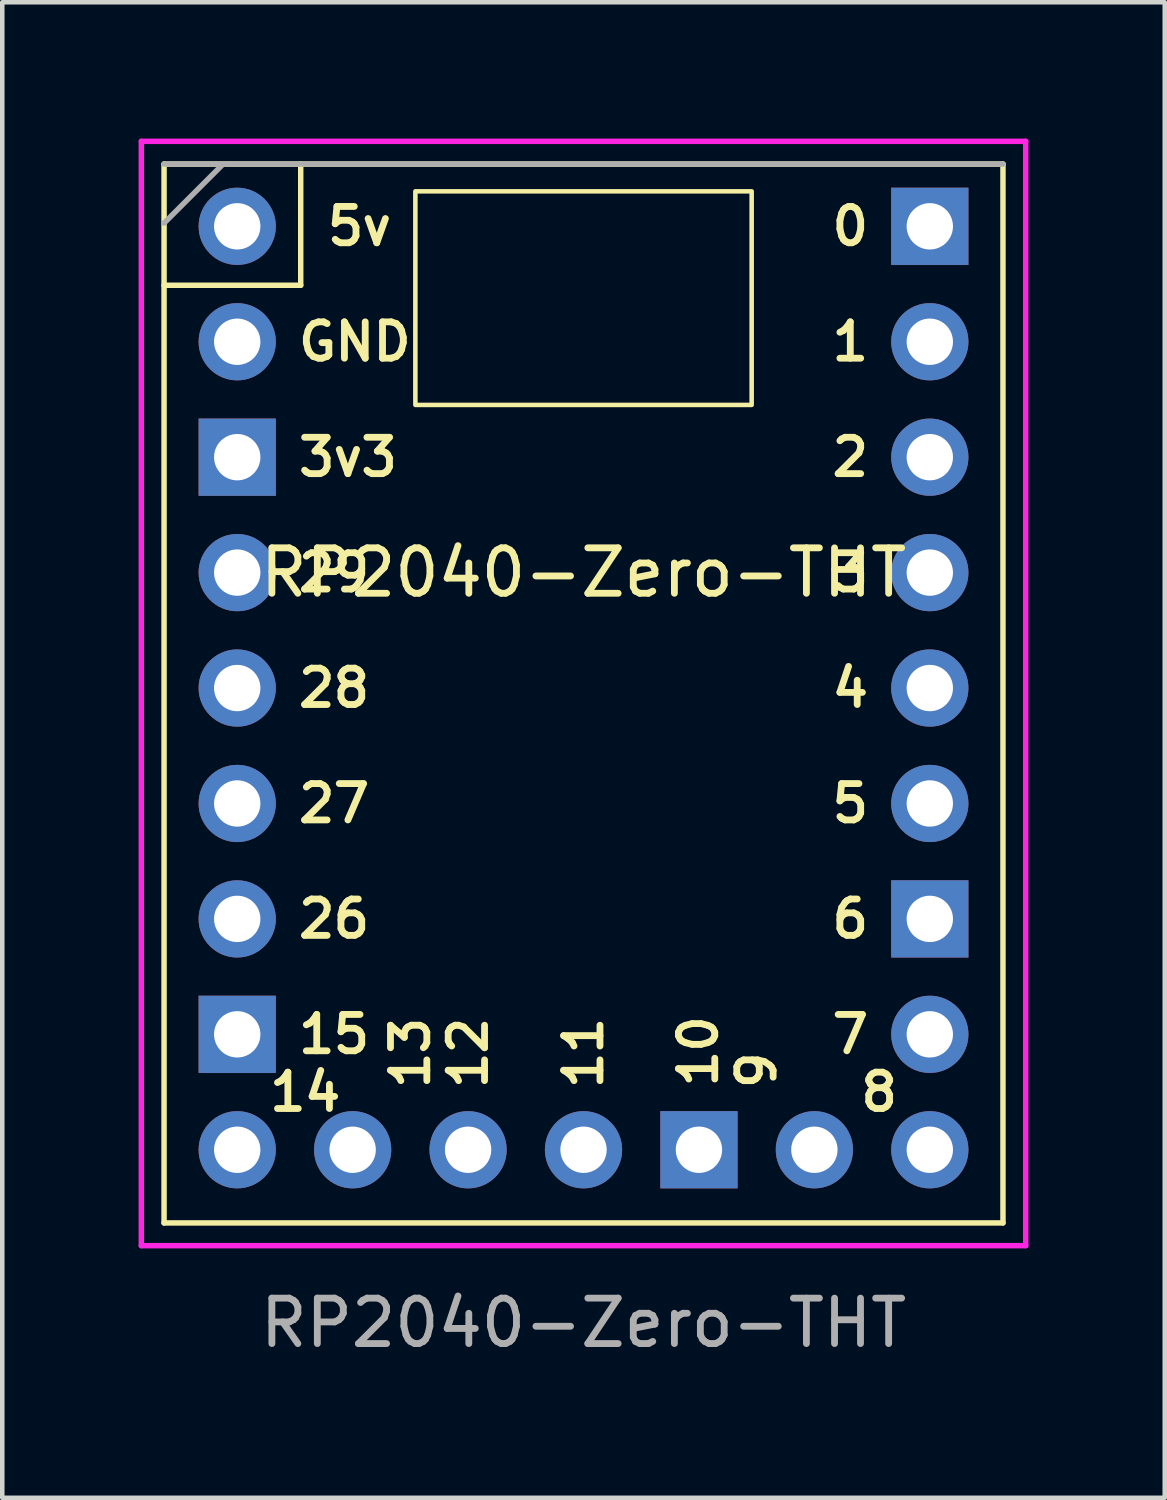
<source format=kicad_pcb>
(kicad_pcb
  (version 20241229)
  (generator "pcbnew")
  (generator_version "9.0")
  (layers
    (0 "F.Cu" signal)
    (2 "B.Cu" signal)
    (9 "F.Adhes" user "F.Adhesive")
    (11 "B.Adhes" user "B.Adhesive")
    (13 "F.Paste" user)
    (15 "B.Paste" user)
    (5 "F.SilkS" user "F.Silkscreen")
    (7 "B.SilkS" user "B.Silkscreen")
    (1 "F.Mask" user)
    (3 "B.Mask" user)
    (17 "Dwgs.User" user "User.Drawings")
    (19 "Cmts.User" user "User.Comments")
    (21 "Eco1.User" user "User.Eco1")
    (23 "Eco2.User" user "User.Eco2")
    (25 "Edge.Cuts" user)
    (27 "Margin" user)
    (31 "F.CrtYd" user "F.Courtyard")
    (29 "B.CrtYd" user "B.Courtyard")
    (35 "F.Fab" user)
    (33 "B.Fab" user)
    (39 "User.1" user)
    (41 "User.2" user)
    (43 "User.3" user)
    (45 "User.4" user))
  (footprint "RP2040-Zero-THT"
    (layer "F.Cu")
    (at 9.79 26.06)
    (property "Reference" "RP2040-Zero-THT" (at 0 -16.51 0) (layer "F.SilkS") (effects (font (size 1 1) (thickness 0.15))))
    (attr through_hole)
    (fp_line (start -9.23 -25.5) (end -9.23 -2.2) (stroke (width 0.12) (type solid)) (layer "F.SilkS"))
    (fp_line (start -9.23 -25.5) (end 9.23 -25.5) (stroke (width 0.12) (type solid)) (layer "F.SilkS"))
    (fp_line (start -9.23 -22.833) (end -6.223 -22.833) (stroke (width 0.12) (type solid)) (layer "F.SilkS"))
    (fp_line (start -6.223 -22.833) (end -6.223 -25.5) (stroke (width 0.12) (type solid)) (layer "F.SilkS"))
    (fp_line (start 9.23 -25.5) (end 9.23 -2.2) (stroke (width 0.12) (type solid)) (layer "F.SilkS"))
    (fp_line (start 9.23 -2.2) (end -9.23 -2.2) (stroke (width 0.12) (type solid)) (layer "F.SilkS"))
    (fp_poly (pts (xy 3.7 -20.2) (xy -3.7 -20.2) (xy -3.7 -24.9) (xy 3.7 -24.9)) (stroke (width 0.1) (type solid)) (fill no) (layer "F.SilkS"))
    (fp_line (start -9.73 -26) (end 9.73 -26) (stroke (width 0.12) (type solid)) (layer "F.CrtYd"))
    (fp_line (start -9.73 -1.7) (end -9.73 -26) (stroke (width 0.12) (type solid)) (layer "F.CrtYd"))
    (fp_line (start 9.73 -26) (end 9.73 -1.7) (stroke (width 0.12) (type solid)) (layer "F.CrtYd"))
    (fp_line (start 9.73 -1.7) (end -9.73 -1.7) (stroke (width 0.12) (type solid)) (layer "F.CrtYd"))
    (fp_line (start -9.23 -25.5) (end 9.23 -25.5) (stroke (width 0.12) (type solid)) (layer "F.Fab"))
    (fp_line (start -9.23 -24.2) (end -7.93 -25.5) (stroke (width 0.12) (type solid)) (layer "F.Fab"))
    (fp_text user "5v" (at -5.715 -24.13 0) (layer "F.SilkS") (effects (font (size 0.8 0.8) (thickness 0.15)) (justify left)))
    (fp_text user "9" (at 3.81 -5.08 90) (layer "F.SilkS") (effects (font (size 0.8 0.8) (thickness 0.15)) (justify left)))
    (fp_text user "5" (at 6.35 -11.43 0) (layer "F.SilkS") (effects (font (size 0.8 0.8) (thickness 0.15)) (justify right)))
    (fp_text user "11" (at 0 -5.08 90) (layer "F.SilkS") (effects (font (size 0.8 0.8) (thickness 0.15)) (justify left)))
    (fp_text user "3" (at 6.35 -16.51 0) (layer "F.SilkS") (effects (font (size 0.8 0.8) (thickness 0.15)) (justify right)))
    (fp_text user "15" (at -6.35 -6.35 0) (layer "F.SilkS") (effects (font (size 0.8 0.8) (thickness 0.15)) (justify left)))
    (fp_text user "12" (at -2.54 -5.08 90) (layer "F.SilkS") (effects (font (size 0.8 0.8) (thickness 0.15)) (justify left)))
    (fp_text user "27" (at -6.35 -11.43 0) (layer "F.SilkS") (effects (font (size 0.8 0.8) (thickness 0.15)) (justify left)))
    (fp_text user "3v3" (at -6.35 -19.05 0) (layer "F.SilkS") (effects (font (size 0.8 0.8) (thickness 0.15)) (justify left)))
    (fp_text user "4" (at 6.35 -13.97 0) (layer "F.SilkS") (effects (font (size 0.8 0.8) (thickness 0.15)) (justify right)))
    (fp_text user "14" (at -6.985 -5.08 0) (layer "F.SilkS") (effects (font (size 0.8 0.8) (thickness 0.15)) (justify left)))
    (fp_text user "26" (at -6.35 -8.89 0) (layer "F.SilkS") (effects (font (size 0.8 0.8) (thickness 0.15)) (justify left)))
    (fp_text user "13" (at -3.81 -5.08 90) (layer "F.SilkS") (effects (font (size 0.8 0.8) (thickness 0.15)) (justify left)))
    (fp_text user "29" (at -6.35 -16.51 0) (layer "F.SilkS") (effects (font (size 0.8 0.8) (thickness 0.15)) (justify left)))
    (fp_text user "2" (at 6.35 -19.05 0) (layer "F.SilkS") (effects (font (size 0.8 0.8) (thickness 0.15)) (justify right)))
    (fp_text user "7" (at 6.35 -6.35 0) (layer "F.SilkS") (effects (font (size 0.8 0.8) (thickness 0.15)) (justify right)))
    (fp_text user "6" (at 6.35 -8.89 0) (layer "F.SilkS") (effects (font (size 0.8 0.8) (thickness 0.15)) (justify right)))
    (fp_text user "0" (at 6.35 -24.13 0) (layer "F.SilkS") (effects (font (size 0.8 0.8) (thickness 0.15)) (justify right)))
    (fp_text user "10" (at 2.526 -5.116 90) (layer "F.SilkS") (effects (font (size 0.8 0.8) (thickness 0.15)) (justify left)))
    (fp_text user "28" (at -6.35 -13.97 0) (layer "F.SilkS") (effects (font (size 0.8 0.8) (thickness 0.15)) (justify left)))
    (fp_text user "1" (at 6.35 -21.59 0) (layer "F.SilkS") (effects (font (size 0.8 0.8) (thickness 0.15)) (justify right)))
    (fp_text user "8" (at 6.985 -5.08 0) (layer "F.SilkS") (effects (font (size 0.8 0.8) (thickness 0.15)) (justify right)))
    (fp_text user "GND" (at -6.35 -21.59 0) (layer "F.SilkS") (effects (font (size 0.8 0.8) (thickness 0.15)) (justify left)))
    (fp_text user "${REFERENCE}" (at 0 0 180) (layer "F.Fab") (effects (font (size 1 1) (thickness 0.15))))
    (pad "1" thru_hole oval (at -7.62 -24.13) (size 1.7 1.7) (drill 1.02) (layers "*.Cu" "*.Mask"))
    (pad "2" thru_hole oval (at -7.62 -21.59) (size 1.7 1.7) (drill 1.02) (layers "*.Cu" "*.Mask"))
    (pad "3" thru_hole rect (at -7.62 -19.05) (size 1.7 1.7) (drill 1.02) (layers "*.Cu" "*.Mask"))
    (pad "4" thru_hole oval (at -7.62 -16.51) (size 1.7 1.7) (drill 1.02) (layers "*.Cu" "*.Mask"))
    (pad "5" thru_hole oval (at -7.62 -13.97) (size 1.7 1.7) (drill 1.02) (layers "*.Cu" "*.Mask"))
    (pad "6" thru_hole oval (at -7.62 -11.43) (size 1.7 1.7) (drill 1.02) (layers "*.Cu" "*.Mask"))
    (pad "7" thru_hole oval (at -7.62 -8.89) (size 1.7 1.7) (drill 1.02) (layers "*.Cu" "*.Mask"))
    (pad "8" thru_hole rect (at -7.62 -6.35) (size 1.7 1.7) (drill 1.02) (layers "*.Cu" "*.Mask"))
    (pad "9" thru_hole oval (at -7.62 -3.81) (size 1.7 1.7) (drill 1.02) (layers "*.Cu" "*.Mask"))
    (pad "10" thru_hole oval (at -5.08 -3.81 90) (size 1.7 1.7) (drill 1.02) (layers "*.Cu" "*.Mask"))
    (pad "11" thru_hole oval (at -2.54 -3.81 90) (size 1.7 1.7) (drill 1.02) (layers "*.Cu" "*.Mask"))
    (pad "12" thru_hole oval (at 0 -3.81 90) (size 1.7 1.7) (drill 1.02) (layers "*.Cu" "*.Mask"))
    (pad "13" thru_hole rect (at 2.54 -3.81 90) (size 1.7 1.7) (drill 1.02) (layers "*.Cu" "*.Mask"))
    (pad "14" thru_hole oval (at 5.08 -3.81 90) (size 1.7 1.7) (drill 1.02) (layers "*.Cu" "*.Mask"))
    (pad "15" thru_hole oval (at 7.62 -3.81) (size 1.7 1.7) (drill 1.02) (layers "*.Cu" "*.Mask"))
    (pad "16" thru_hole oval (at 7.62 -6.35) (size 1.7 1.7) (drill 1.02) (layers "*.Cu" "*.Mask"))
    (pad "17" thru_hole rect (at 7.62 -8.89) (size 1.7 1.7) (drill 1.02) (layers "*.Cu" "*.Mask"))
    (pad "18" thru_hole oval (at 7.62 -11.43) (size 1.7 1.7) (drill 1.02) (layers "*.Cu" "*.Mask"))
    (pad "19" thru_hole oval (at 7.62 -13.97) (size 1.7 1.7) (drill 1.02) (layers "*.Cu" "*.Mask"))
    (pad "20" thru_hole oval (at 7.62 -16.51) (size 1.7 1.7) (drill 1.02) (layers "*.Cu" "*.Mask"))
    (pad "21" thru_hole oval (at 7.62 -19.05) (size 1.7 1.7) (drill 1.02) (layers "*.Cu" "*.Mask"))
    (pad "22" thru_hole oval (at 7.62 -21.59) (size 1.7 1.7) (drill 1.02) (layers "*.Cu" "*.Mask"))
    (pad "23" thru_hole rect (at 7.62 -24.13) (size 1.7 1.7) (drill 1.02) (layers "*.Cu" "*.Mask")))
  (gr_rect
    (start -3 -3)
    (end 22.58 29.908)
    (stroke (width 0.1) (type default))
    (fill no)
    (layer "Edge.Cuts")))
</source>
